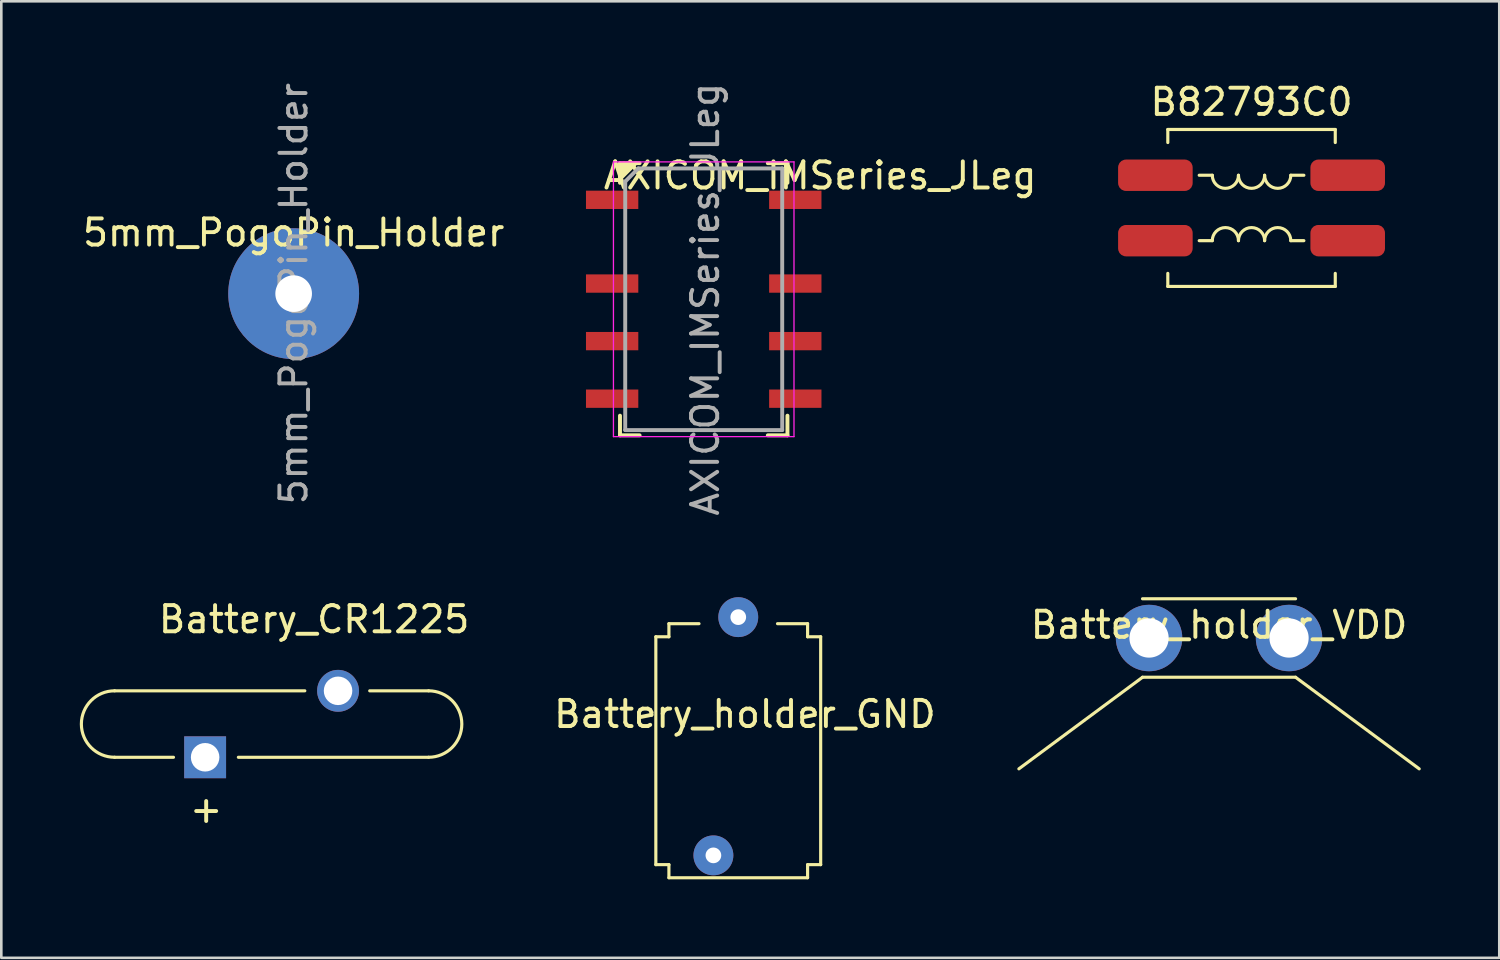
<source format=kicad_pcb>
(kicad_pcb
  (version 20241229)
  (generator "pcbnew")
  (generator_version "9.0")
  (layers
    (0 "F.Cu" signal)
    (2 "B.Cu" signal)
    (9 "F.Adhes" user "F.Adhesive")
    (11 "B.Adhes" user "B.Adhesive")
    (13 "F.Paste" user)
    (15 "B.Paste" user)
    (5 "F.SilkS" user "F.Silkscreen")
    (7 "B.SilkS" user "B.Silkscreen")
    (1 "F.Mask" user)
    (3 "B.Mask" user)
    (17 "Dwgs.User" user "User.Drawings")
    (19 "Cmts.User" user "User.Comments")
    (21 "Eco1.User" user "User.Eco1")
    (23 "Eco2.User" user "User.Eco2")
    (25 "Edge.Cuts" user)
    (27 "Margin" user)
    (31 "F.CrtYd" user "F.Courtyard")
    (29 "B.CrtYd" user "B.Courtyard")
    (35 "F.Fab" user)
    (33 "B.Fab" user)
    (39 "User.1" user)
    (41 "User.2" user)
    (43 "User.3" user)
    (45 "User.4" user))
  (footprint "Battery_CR1225"
    (layer "F.Cu")
    (at 7.33 24.622)
    (property "Reference" "Battery_CR1225" (at 1.625 -4 0) (layer "F.SilkS") (effects (font (size 1 1) (thickness 0.15))))
    (attr through_hole)
    (fp_line (start -6 -1.27) (end 1.27 -1.27) (stroke (width 0.12) (type solid)) (layer "F.SilkS"))
    (fp_line (start -3.75 1.27) (end -6 1.27) (stroke (width 0.12) (type solid)) (layer "F.SilkS"))
    (fp_line (start 3.75 -1.27) (end 6 -1.27) (stroke (width 0.12) (type solid)) (layer "F.SilkS"))
    (fp_line (start 6 1.27) (end -1.27 1.27) (stroke (width 0.12) (type solid)) (layer "F.SilkS"))
    (fp_arc (start -6 1.27) (mid -7.27 0) (end -6 -1.27) (stroke (width 0.12) (type solid)) (layer "F.SilkS"))
    (fp_arc (start 6 -1.27) (mid 7.27 0) (end 6 1.27) (stroke (width 0.12) (type solid)) (layer "F.SilkS"))
    (fp_text user "+" (at -2.5 3.25 0) (layer "F.SilkS") (effects (font (size 1 1) (thickness 0.15))))
    (pad "1" thru_hole rect (at -2.54 1.27 90) (size 1.6 1.6) (drill 1.09) (layers "*.Cu" "*.Mask"))
    (pad "2" thru_hole circle (at 2.54 -1.27) (size 1.6 1.6) (drill 1.09) (layers "*.Cu" "*.Mask")))
  (footprint "5mm_PogoPin_Holder"
    (layer "F.Cu")
    (at 8.173 8.173)
    (property "Reference" "5mm_PogoPin_Holder" (at 0 -2.33 0) (layer "F.SilkS") (effects (font (size 1 1) (thickness 0.15))))
    (attr through_hole)
    (fp_text user "${REFERENCE}" (at 0 0 90) (layer "F.Fab") (effects (font (size 1 1) (thickness 0.15))))
    (pad "1" thru_hole circle (at 0 0) (size 5 5) (drill 1.4) (layers "*.Cu" "*.Mask")))
  (footprint "Battery_holder_GND"
    (layer "F.Cu")
    (at 25.165 25.641)
    (property "Reference" "Battery_holder_GND" (at 0.254 -1.397 0) (unlocked yes) (layer "F.SilkS") (effects (font (size 1 1) (thickness 0.15))))
    (fp_line (start -3.15 -4.355) (end -2.65 -4.355) (stroke (width 0.12) (type solid)) (layer "F.SilkS"))
    (fp_line (start -3.15 4.355) (end -3.15 -4.355) (stroke (width 0.12) (type solid)) (layer "F.SilkS"))
    (fp_line (start -2.65 -4.855) (end -1.5 -4.855) (stroke (width 0.12) (type solid)) (layer "F.SilkS"))
    (fp_line (start -2.65 -4.355) (end -2.65 -4.855) (stroke (width 0.12) (type solid)) (layer "F.SilkS"))
    (fp_line (start -2.65 4.355) (end -3.15 4.355) (stroke (width 0.12) (type solid)) (layer "F.SilkS"))
    (fp_line (start -2.65 4.855) (end -2.65 4.355) (stroke (width 0.12) (type solid)) (layer "F.SilkS"))
    (fp_line (start 1.5 -4.855) (end 2.65 -4.855) (stroke (width 0.12) (type solid)) (layer "F.SilkS"))
    (fp_line (start 2.65 -4.855) (end 2.65 -4.355) (stroke (width 0.12) (type solid)) (layer "F.SilkS"))
    (fp_line (start 2.65 -4.355) (end 3.15 -4.355) (stroke (width 0.12) (type solid)) (layer "F.SilkS"))
    (fp_line (start 2.65 4.355) (end 2.65 4.855) (stroke (width 0.12) (type solid)) (layer "F.SilkS"))
    (fp_line (start 2.65 4.855) (end -2.65 4.855) (stroke (width 0.12) (type solid)) (layer "F.SilkS"))
    (fp_line (start 3.15 -4.355) (end 3.15 4.355) (stroke (width 0.12) (type solid)) (layer "F.SilkS"))
    (fp_line (start 3.15 4.355) (end 2.65 4.355) (stroke (width 0.12) (type solid)) (layer "F.SilkS"))
    (pad "1" thru_hole circle (at -0.95 4) (size 1.524 1.524) (drill 0.6) (layers "*.Cu" "*.Mask"))
    (pad "1" thru_hole circle (at 0 -5.105) (size 1.524 1.524) (drill 0.6) (layers "*.Cu" "*.Mask")))
  (footprint "Battery_holder_VDD"
    (layer "F.Cu")
    (at 43.54 21.334)
    (property "Reference" "Battery_holder_VDD" (at 0 -0.5 0) (unlocked yes) (layer "F.SilkS") (effects (font (size 1 1) (thickness 0.15))))
    (fp_line (start -2.925 -1.5) (end 2.925 -1.5) (stroke (width 0.12) (type solid)) (layer "F.SilkS"))
    (fp_line (start -2.925 1.5) (end -7.65 5) (stroke (width 0.12) (type solid)) (layer "F.SilkS"))
    (fp_line (start -2.925 1.5) (end 2.925 1.5) (stroke (width 0.12) (type solid)) (layer "F.SilkS"))
    (fp_line (start 7.65 5) (end 2.925 1.5) (stroke (width 0.12) (type solid)) (layer "F.SilkS"))
    (pad "1" thru_hole circle (at -2.675 0) (size 2.54 2.54) (drill 1.5) (layers "*.Cu" "*.Mask"))
    (pad "1" thru_hole circle (at 2.675 0) (size 2.54 2.54) (drill 1.5) (layers "*.Cu" "*.Mask")))
  (footprint "AXICOM_IMSeries_JLeg"
    (layer "F.Cu")
    (at 23.845 8.387)
    (property "Reference" "AXICOM_IMSeries_JLeg" (at 4.45 -4.725 180) (layer "F.SilkS") (effects (font (size 1 1) (thickness 0.15))))
    (attr smd)
    (fp_line (start -3.2 -5.2) (end -3.2 -4.45) (stroke (width 0.15) (type solid)) (layer "F.SilkS"))
    (fp_line (start -3.2 4.45) (end -3.2 5.2) (stroke (width 0.15) (type solid)) (layer "F.SilkS"))
    (fp_line (start -3.2 5.2) (end -2.45 5.2) (stroke (width 0.15) (type solid)) (layer "F.SilkS"))
    (fp_line (start -3.05 -5.2) (end -3.2 -5.05) (stroke (width 0.15) (type solid)) (layer "F.SilkS"))
    (fp_line (start -2.9 -5.2) (end -3.2 -4.9) (stroke (width 0.15) (type solid)) (layer "F.SilkS"))
    (fp_line (start -2.75 -5.2) (end -3.2 -4.75) (stroke (width 0.15) (type solid)) (layer "F.SilkS"))
    (fp_line (start -2.6 -5.2) (end -3.2 -4.6) (stroke (width 0.15) (type solid)) (layer "F.SilkS"))
    (fp_line (start -2.45 -5.2) (end -3.2 -5.2) (stroke (width 0.15) (type solid)) (layer "F.SilkS"))
    (fp_line (start 2.45 -5.2) (end 3.2 -5.2) (stroke (width 0.15) (type solid)) (layer "F.SilkS"))
    (fp_line (start 2.45 5.2) (end 3.2 5.2) (stroke (width 0.15) (type solid)) (layer "F.SilkS"))
    (fp_line (start 3.2 -5.2) (end 3.2 -4.45) (stroke (width 0.15) (type solid)) (layer "F.SilkS"))
    (fp_line (start 3.2 4.45) (end 3.2 5.2) (stroke (width 0.15) (type solid)) (layer "F.SilkS"))
    (fp_line (start -3.45 -5.25) (end -3.45 5.25) (stroke (width 0.05) (type solid)) (layer "F.CrtYd"))
    (fp_line (start -3.45 5.25) (end 3.45 5.25) (stroke (width 0.05) (type solid)) (layer "F.CrtYd"))
    (fp_line (start 3.45 -5.25) (end -3.45 -5.25) (stroke (width 0.05) (type solid)) (layer "F.CrtYd"))
    (fp_line (start 3.45 5.25) (end 3.45 -5.25) (stroke (width 0.05) (type solid)) (layer "F.CrtYd"))
    (fp_line (start -3 -4.5) (end -2.5 -5) (stroke (width 0.15) (type solid)) (layer "F.Fab"))
    (fp_line (start -3 5) (end -3 -4.5) (stroke (width 0.15) (type solid)) (layer "F.Fab"))
    (fp_line (start -2.5 -5) (end 3 -5) (stroke (width 0.15) (type solid)) (layer "F.Fab"))
    (fp_line (start 3 -5) (end 3 5) (stroke (width 0.15) (type solid)) (layer "F.Fab"))
    (fp_line (start 3 5) (end -3 5) (stroke (width 0.15) (type solid)) (layer "F.Fab"))
    (fp_text user "${REFERENCE}" (at 0.06 0 90) (layer "F.Fab") (effects (font (size 1 1) (thickness 0.15))))
    (pad "1" smd rect (at -3.5 -3.8) (size 2 0.7) (layers "F.Cu" "F.Mask" "F.Paste"))
    (pad "2" smd rect (at -3.5 -0.6) (size 2 0.7) (layers "F.Cu" "F.Mask" "F.Paste"))
    (pad "3" smd rect (at -3.5 1.6) (size 2 0.7) (layers "F.Cu" "F.Mask" "F.Paste"))
    (pad "4" smd rect (at -3.5 3.8) (size 2 0.7) (layers "F.Cu" "F.Mask" "F.Paste"))
    (pad "5" smd rect (at 3.5 3.8) (size 2 0.7) (layers "F.Cu" "F.Mask" "F.Paste"))
    (pad "6" smd rect (at 3.5 1.6) (size 2 0.7) (layers "F.Cu" "F.Mask" "F.Paste"))
    (pad "7" smd rect (at 3.5 -0.6) (size 2 0.7) (layers "F.Cu" "F.Mask" "F.Paste"))
    (pad "8" smd rect (at 3.5 -3.8) (size 2 0.7) (layers "F.Cu" "F.Mask" "F.Paste")))
  (footprint "B82793C0"
    (layer "F.Cu")
    (at 44.782 4.898)
    (property "Reference" "B82793C0" (at 0 -4.05 0) (layer "F.SilkS") (effects (font (size 1 1) (thickness 0.15))))
    (attr through_hole)
    (fp_line (start -3.2 -3) (end -3.2 -2.5) (stroke (width 0.12) (type solid)) (layer "F.SilkS"))
    (fp_line (start -3.2 -3) (end 3.2 -3) (stroke (width 0.12) (type solid)) (layer "F.SilkS"))
    (fp_line (start -3.2 3) (end -3.2 2.5) (stroke (width 0.12) (type solid)) (layer "F.SilkS"))
    (fp_line (start -2 1.25) (end -1.5 1.25) (stroke (width 0.12) (type solid)) (layer "F.SilkS"))
    (fp_line (start -1.5 -1.25) (end -2 -1.25) (stroke (width 0.12) (type solid)) (layer "F.SilkS"))
    (fp_line (start 1.5 -1.25) (end 2 -1.25) (stroke (width 0.12) (type solid)) (layer "F.SilkS"))
    (fp_line (start 1.5 1.25) (end 2 1.25) (stroke (width 0.12) (type solid)) (layer "F.SilkS"))
    (fp_line (start 3.2 -3) (end 3.2 -2.5) (stroke (width 0.12) (type solid)) (layer "F.SilkS"))
    (fp_line (start 3.2 3) (end -3.2 3) (stroke (width 0.12) (type solid)) (layer "F.SilkS"))
    (fp_line (start 3.2 3) (end 3.2 2.5) (stroke (width 0.12) (type solid)) (layer "F.SilkS"))
    (fp_arc (start -1.5 1.25) (mid -1 0.75) (end -0.5 1.25) (stroke (width 0.12) (type solid)) (layer "F.SilkS"))
    (fp_arc (start -0.5 -1.25) (mid -1 -0.75) (end -1.5 -1.25) (stroke (width 0.12) (type solid)) (layer "F.SilkS"))
    (fp_arc (start -0.5 1.25) (mid 0 0.75) (end 0.5 1.25) (stroke (width 0.12) (type solid)) (layer "F.SilkS"))
    (fp_arc (start 0.5 -1.25) (mid 0 -0.75) (end -0.5 -1.25) (stroke (width 0.12) (type solid)) (layer "F.SilkS"))
    (fp_arc (start 0.5 1.25) (mid 1 0.75) (end 1.5 1.25) (stroke (width 0.12) (type solid)) (layer "F.SilkS"))
    (fp_arc (start 1.5 -1.25) (mid 1 -0.75) (end 0.5 -1.25) (stroke (width 0.12) (type solid)) (layer "F.SilkS"))
    (pad "1" smd roundrect (at -3.675 -1.25) (size 2.85 1.2) (layers "F.Cu" "F.Mask" "F.Paste") (roundrect_rratio 0.25))
    (pad "2" smd roundrect (at 3.675 -1.25) (size 2.85 1.2) (layers "F.Cu" "F.Mask" "F.Paste") (roundrect_rratio 0.25))
    (pad "3" smd roundrect (at 3.675 1.25) (size 2.85 1.2) (layers "F.Cu" "F.Mask" "F.Paste") (roundrect_rratio 0.25))
    (pad "4" smd roundrect (at -3.675 1.25) (size 2.85 1.2) (layers "F.Cu" "F.Mask" "F.Paste") (roundrect_rratio 0.25)))
  (gr_rect
    (start -3 -3)
    (end 54.25 33.556)
    (stroke (width 0.1) (type default))
    (fill no)
    (layer "Edge.Cuts")))
</source>
